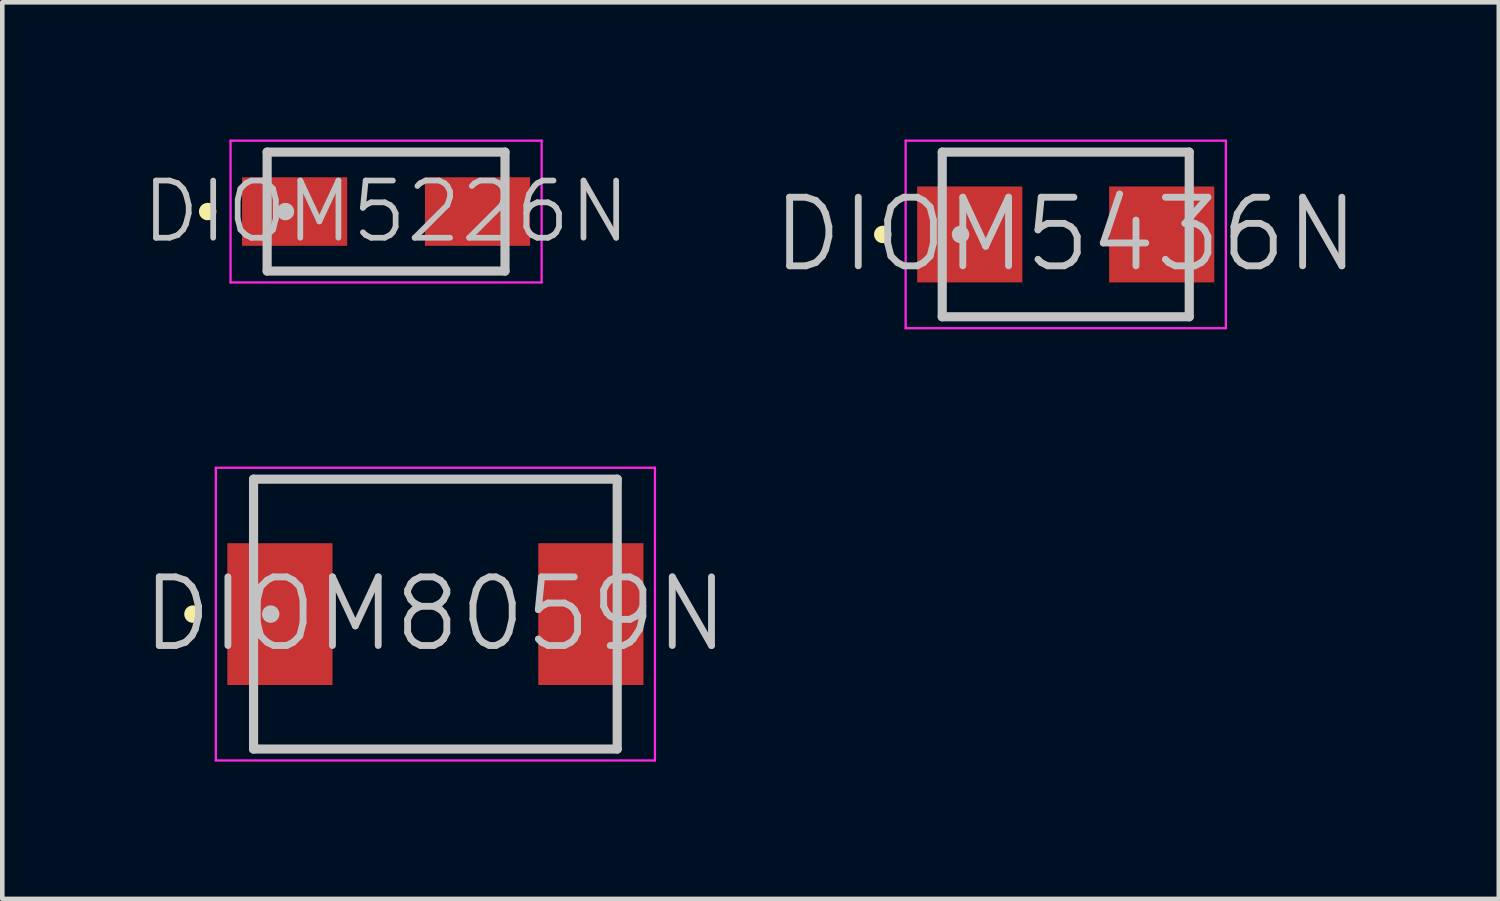
<source format=kicad_pcb>
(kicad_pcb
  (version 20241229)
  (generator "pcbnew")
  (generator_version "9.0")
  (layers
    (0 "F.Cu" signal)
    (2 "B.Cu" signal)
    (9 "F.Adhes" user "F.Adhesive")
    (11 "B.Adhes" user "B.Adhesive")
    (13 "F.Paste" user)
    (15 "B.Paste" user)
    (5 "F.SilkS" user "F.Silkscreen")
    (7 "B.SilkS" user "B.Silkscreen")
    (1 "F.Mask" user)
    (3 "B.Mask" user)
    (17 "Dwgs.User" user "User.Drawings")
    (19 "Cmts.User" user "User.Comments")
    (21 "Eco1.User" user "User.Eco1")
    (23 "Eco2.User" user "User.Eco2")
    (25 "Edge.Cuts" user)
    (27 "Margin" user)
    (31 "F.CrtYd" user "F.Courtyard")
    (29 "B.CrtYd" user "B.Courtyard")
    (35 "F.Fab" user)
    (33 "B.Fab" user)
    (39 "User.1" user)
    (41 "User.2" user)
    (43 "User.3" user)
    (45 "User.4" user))
  (footprint "DIOM8059N"
    (layer "F.Cu")
    (at 6.468 10.375)
    (property "Reference" "DIOM8059N" (at 0 0 0) (layer "Dwgs.User") (effects (font (size 1.5 1.5) (thickness 0.15))))
    (attr smd)
    (fp_line (start -5.3 0) (end -5.3 0) (stroke (width 0.381) (type solid)) (layer "F.SilkS"))
    (fp_line (start -3.975 -2.95) (end -3.975 2.95) (stroke (width 0.2) (type solid)) (layer "Dwgs.User"))
    (fp_line (start -3.975 -2.95) (end 3.975 -2.95) (stroke (width 0.2) (type solid)) (layer "Dwgs.User"))
    (fp_line (start -3.975 2.95) (end 3.975 2.95) (stroke (width 0.2) (type solid)) (layer "Dwgs.User"))
    (fp_line (start -3.6 0) (end -3.6 0) (stroke (width 0.381) (type solid)) (layer "Dwgs.User"))
    (fp_line (start 3.975 -2.95) (end 3.975 2.95) (stroke (width 0.2) (type solid)) (layer "Dwgs.User"))
    (fp_line (start -4.8 -3.2) (end -4.8 3.2) (stroke (width 0.05) (type solid)) (layer "F.CrtYd"))
    (fp_line (start -4.8 -3.2) (end 4.8 -3.2) (stroke (width 0.05) (type solid)) (layer "F.CrtYd"))
    (fp_line (start -4.8 3.2) (end 4.8 3.2) (stroke (width 0.05) (type solid)) (layer "F.CrtYd"))
    (fp_line (start 4.8 -3.2) (end 4.8 3.2) (stroke (width 0.05) (type solid)) (layer "F.CrtYd"))
    (pad "1" smd rect (at -3.399 0 90) (size 3.099 2.299) (layers "F.Cu" "F.Mask" "F.Paste"))
    (pad "2" smd rect (at 3.399 0 270) (size 3.099 2.299) (layers "F.Cu" "F.Mask" "F.Paste")))
  (footprint "DIOM5226N"
    (layer "F.Cu")
    (at 5.39 1.575)
    (property "Reference" "DIOM5226N" (at 0 0 0) (layer "Dwgs.User") (effects (font (size 1.25 1.25) (thickness 0.125))))
    (attr smd)
    (fp_line (start -3.9 0) (end -3.9 0) (stroke (width 0.381) (type solid)) (layer "F.SilkS"))
    (fp_line (start -2.6 -1.3) (end -2.6 1.3) (stroke (width 0.2) (type solid)) (layer "Dwgs.User"))
    (fp_line (start -2.6 -1.3) (end 2.6 -1.3) (stroke (width 0.2) (type solid)) (layer "Dwgs.User"))
    (fp_line (start -2.6 1.3) (end 2.6 1.3) (stroke (width 0.2) (type solid)) (layer "Dwgs.User"))
    (fp_line (start -2.2 0) (end -2.2 0) (stroke (width 0.381) (type solid)) (layer "Dwgs.User"))
    (fp_line (start 2.6 -1.3) (end 2.6 1.3) (stroke (width 0.2) (type solid)) (layer "Dwgs.User"))
    (fp_line (start -3.4 -1.55) (end -3.4 1.55) (stroke (width 0.05) (type solid)) (layer "F.CrtYd"))
    (fp_line (start -3.4 -1.55) (end 3.4 -1.55) (stroke (width 0.05) (type solid)) (layer "F.CrtYd"))
    (fp_line (start -3.4 1.55) (end 3.4 1.55) (stroke (width 0.05) (type solid)) (layer "F.CrtYd"))
    (fp_line (start 3.4 -1.55) (end 3.4 1.55) (stroke (width 0.05) (type solid)) (layer "F.CrtYd"))
    (pad "1" smd rect (at -1.999 0 90) (size 1.499 2.299) (layers "F.Cu" "F.Mask" "F.Paste"))
    (pad "2" smd rect (at 1.999 0 270) (size 1.499 2.299) (layers "F.Cu" "F.Mask" "F.Paste")))
  (footprint "DIOM5436N"
    (layer "F.Cu")
    (at 20.248 2.075)
    (property "Reference" "DIOM5436N" (at 0 0 0) (layer "Dwgs.User") (effects (font (size 1.5 1.5) (thickness 0.15))))
    (attr smd)
    (fp_line (start -4 0) (end -4 0) (stroke (width 0.381) (type solid)) (layer "F.SilkS"))
    (fp_line (start -2.7 -1.8) (end -2.7 1.8) (stroke (width 0.2) (type solid)) (layer "Dwgs.User"))
    (fp_line (start -2.7 -1.8) (end 2.7 -1.8) (stroke (width 0.2) (type solid)) (layer "Dwgs.User"))
    (fp_line (start -2.7 1.8) (end 2.7 1.8) (stroke (width 0.2) (type solid)) (layer "Dwgs.User"))
    (fp_line (start -2.3 0) (end -2.3 0) (stroke (width 0.381) (type solid)) (layer "Dwgs.User"))
    (fp_line (start 2.7 -1.8) (end 2.7 1.8) (stroke (width 0.2) (type solid)) (layer "Dwgs.User"))
    (fp_line (start -3.5 -2.05) (end -3.5 2.05) (stroke (width 0.05) (type solid)) (layer "F.CrtYd"))
    (fp_line (start -3.5 -2.05) (end 3.5 -2.05) (stroke (width 0.05) (type solid)) (layer "F.CrtYd"))
    (fp_line (start -3.5 2.05) (end 3.5 2.05) (stroke (width 0.05) (type solid)) (layer "F.CrtYd"))
    (fp_line (start 3.5 -2.05) (end 3.5 2.05) (stroke (width 0.05) (type solid)) (layer "F.CrtYd"))
    (pad "1" smd rect (at -2.098 0 90) (size 2.098 2.299) (layers "F.Cu" "F.Mask" "F.Paste"))
    (pad "2" smd rect (at 2.098 0 270) (size 2.098 2.299) (layers "F.Cu" "F.Mask" "F.Paste")))
  (gr_rect
    (start -3 -3)
    (end 29.715 16.6)
    (stroke (width 0.1) (type default))
    (fill no)
    (layer "Edge.Cuts")))
</source>
